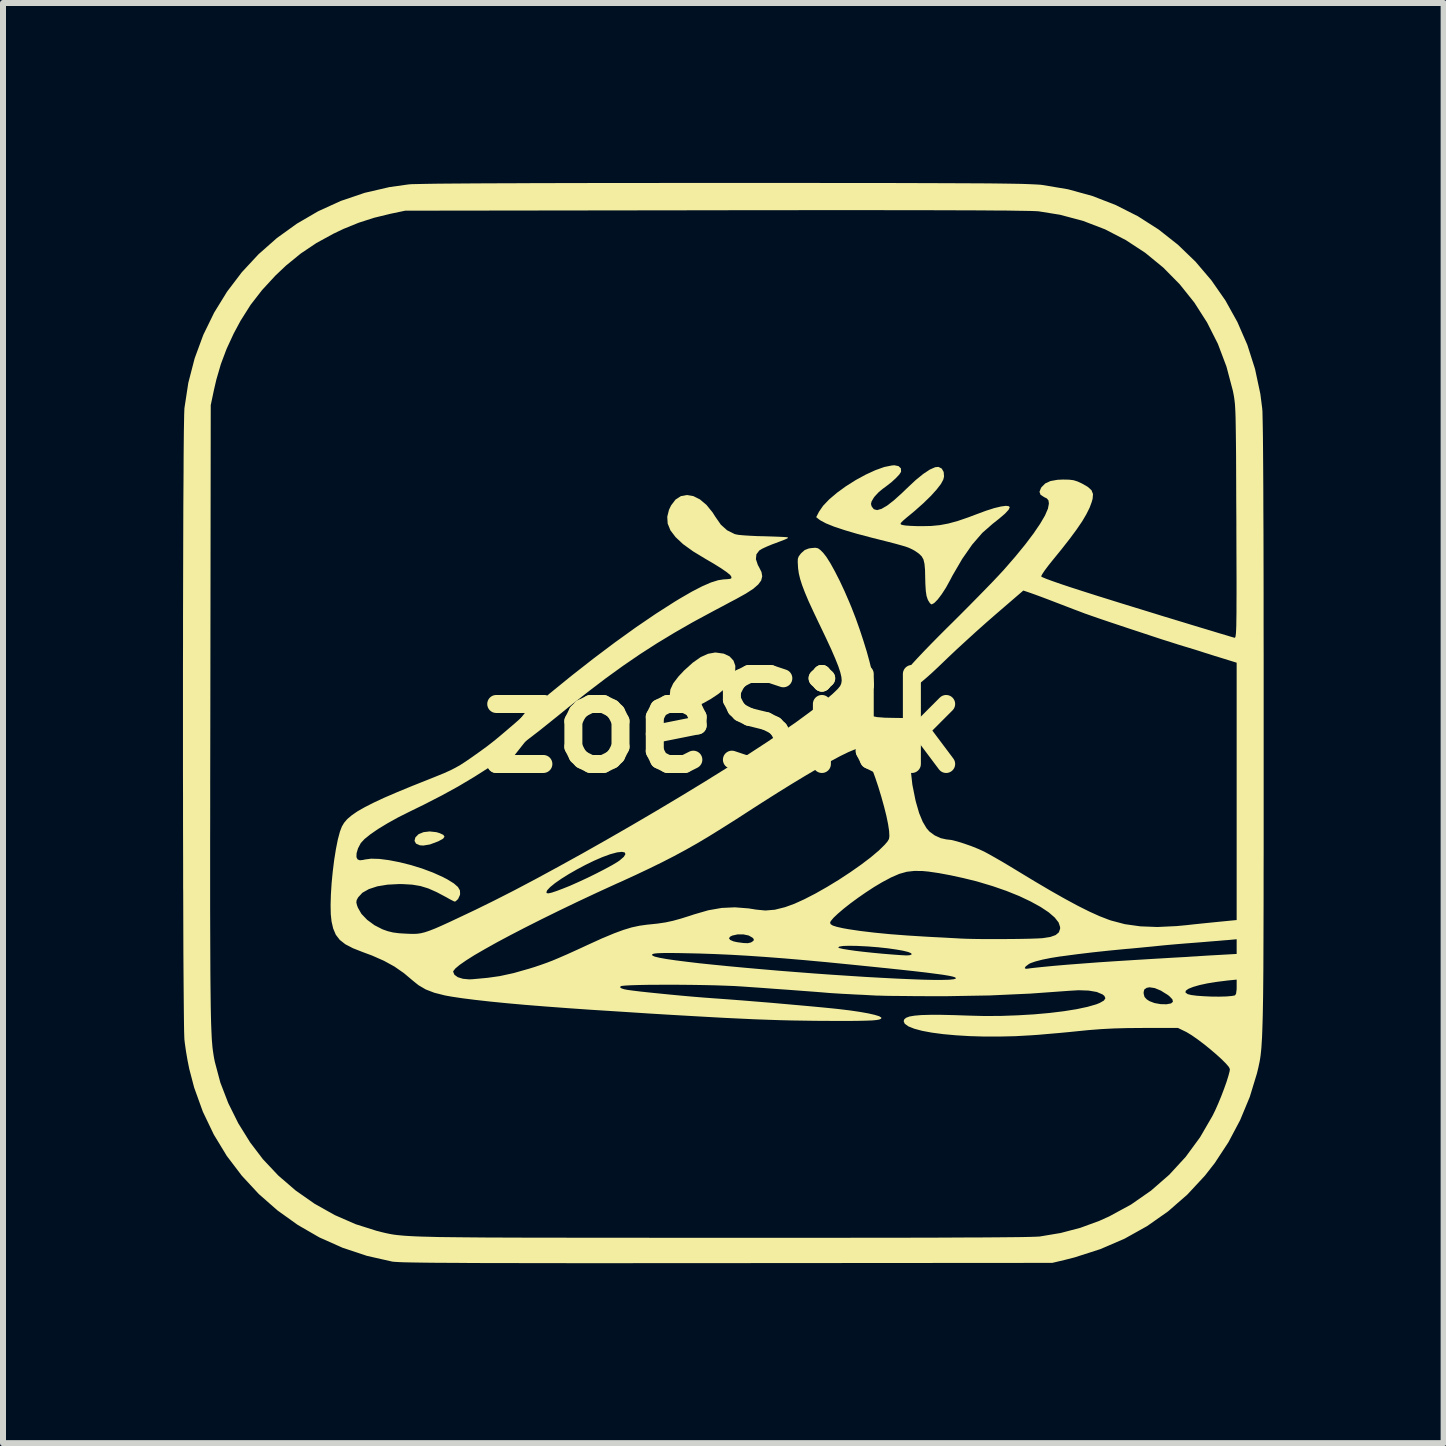
<source format=kicad_pcb>
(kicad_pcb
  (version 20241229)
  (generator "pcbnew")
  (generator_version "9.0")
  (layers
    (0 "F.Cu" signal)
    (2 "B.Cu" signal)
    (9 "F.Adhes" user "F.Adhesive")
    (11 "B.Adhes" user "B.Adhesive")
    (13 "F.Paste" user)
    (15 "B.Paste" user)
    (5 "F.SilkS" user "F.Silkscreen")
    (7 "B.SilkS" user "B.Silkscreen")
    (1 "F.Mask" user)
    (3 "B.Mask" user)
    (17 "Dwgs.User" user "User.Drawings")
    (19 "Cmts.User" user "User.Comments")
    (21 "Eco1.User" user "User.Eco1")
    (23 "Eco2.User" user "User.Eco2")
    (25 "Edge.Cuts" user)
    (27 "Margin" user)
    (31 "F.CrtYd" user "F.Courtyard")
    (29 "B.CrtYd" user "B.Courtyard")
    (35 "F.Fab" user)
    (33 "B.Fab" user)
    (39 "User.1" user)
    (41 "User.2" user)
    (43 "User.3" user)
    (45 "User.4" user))
  (footprint "zoeSilk"
    (layer "F.Cu")
    (at 9.008 9.007)
    (property "Reference" "zoeSilk" (at 0 0 0) (layer "F.SilkS") (effects (font (size 1.5 1.5) (thickness 0.3))))
    (attr board_only exclude_from_pos_files exclude_from_bom)
    (fp_poly (pts (xy -4.784 1.815) (xy -4.73 1.831) (xy -4.668 1.86) (xy -4.648 1.89) (xy -4.671 1.923) (xy -4.739 1.961) (xy -4.755 1.969) (xy -4.891 2.02) (xy -5.001 2.038) (xy -5.059 2.034) (xy -5.123 2.006) (xy -5.148 1.96) (xy -5.134 1.903) (xy -5.081 1.849) (xy -4.998 1.815) (xy -4.896 1.803)) (stroke (width 0) (type solid)) (fill yes) (layer "F.SilkS"))
    (fp_poly (pts (xy 0.006 -1.161) (xy 0.104 -1.115) (xy 0.169 -1.045) (xy 0.2 -0.958) (xy 0.197 -0.857) (xy 0.158 -0.748) (xy 0.081 -0.637) (xy 0.019 -0.572) (xy -0.087 -0.486) (xy -0.209 -0.405) (xy -0.338 -0.333) (xy -0.463 -0.275) (xy -0.574 -0.238) (xy -0.656 -0.225) (xy -0.725 -0.242) (xy -0.797 -0.297) (xy -0.8 -0.3) (xy -0.865 -0.384) (xy -0.893 -0.47) (xy -0.883 -0.563) (xy -0.835 -0.666) (xy -0.747 -0.781) (xy -0.655 -0.879) (xy -0.51 -1.01) (xy -0.378 -1.103) (xy -0.257 -1.158) (xy -0.141 -1.179) (xy -0.123 -1.179)) (stroke (width 0) (type solid)) (fill yes) (layer "F.SilkS"))
    (fp_poly (pts (xy 2.92 -4.287) (xy 2.96 -4.249) (xy 2.963 -4.194) (xy 2.962 -4.191) (xy 2.934 -4.148) (xy 2.877 -4.087) (xy 2.8 -4.017) (xy 2.71 -3.947) (xy 2.659 -3.91) (xy 2.588 -3.851) (xy 2.523 -3.781) (xy 2.506 -3.758) (xy 2.471 -3.698) (xy 2.461 -3.656) (xy 2.472 -3.616) (xy 2.473 -3.614) (xy 2.509 -3.568) (xy 2.563 -3.554) (xy 2.636 -3.574) (xy 2.729 -3.628) (xy 2.844 -3.717) (xy 2.982 -3.842) (xy 3.063 -3.92) (xy 3.206 -4.054) (xy 3.334 -4.158) (xy 3.443 -4.23) (xy 3.532 -4.269) (xy 3.586 -4.274) (xy 3.641 -4.246) (xy 3.673 -4.189) (xy 3.679 -4.113) (xy 3.666 -4.061) (xy 3.627 -3.989) (xy 3.555 -3.896) (xy 3.457 -3.788) (xy 3.336 -3.67) (xy 3.198 -3.547) (xy 3.142 -3.5) (xy 3.052 -3.426) (xy 2.994 -3.376) (xy 2.962 -3.343) (xy 2.953 -3.324) (xy 2.963 -3.313) (xy 2.988 -3.305) (xy 2.988 -3.305) (xy 3.036 -3.297) (xy 3.117 -3.291) (xy 3.218 -3.287) (xy 3.303 -3.286) (xy 3.462 -3.289) (xy 3.608 -3.303) (xy 3.752 -3.33) (xy 3.906 -3.372) (xy 4.081 -3.432) (xy 4.219 -3.484) (xy 4.378 -3.543) (xy 4.516 -3.587) (xy 4.629 -3.614) (xy 4.712 -3.625) (xy 4.761 -3.618) (xy 4.774 -3.599) (xy 4.754 -3.558) (xy 4.696 -3.495) (xy 4.599 -3.412) (xy 4.489 -3.325) (xy 4.317 -3.174) (xy 4.149 -2.98) (xy 3.983 -2.742) (xy 3.819 -2.461) (xy 3.781 -2.388) (xy 3.711 -2.261) (xy 3.64 -2.151) (xy 3.574 -2.064) (xy 3.517 -2.006) (xy 3.474 -1.982) (xy 3.47 -1.982) (xy 3.445 -2) (xy 3.415 -2.047) (xy 3.406 -2.066) (xy 3.387 -2.124) (xy 3.375 -2.205) (xy 3.368 -2.316) (xy 3.365 -2.425) (xy 3.362 -2.56) (xy 3.353 -2.658) (xy 3.336 -2.73) (xy 3.306 -2.783) (xy 3.261 -2.827) (xy 3.203 -2.868) (xy 3.167 -2.889) (xy 3.13 -2.908) (xy 3.088 -2.927) (xy 3.035 -2.946) (xy 2.963 -2.967) (xy 2.869 -2.993) (xy 2.746 -3.025) (xy 2.588 -3.065) (xy 2.476 -3.093) (xy 2.23 -3.158) (xy 2.02 -3.22) (xy 1.846 -3.278) (xy 1.712 -3.332) (xy 1.62 -3.381) (xy 1.596 -3.398) (xy 1.548 -3.436) (xy 1.595 -3.527) (xy 1.663 -3.626) (xy 1.766 -3.734) (xy 1.896 -3.844) (xy 2.046 -3.953) (xy 2.208 -4.055) (xy 2.373 -4.145) (xy 2.534 -4.219) (xy 2.682 -4.272) (xy 2.811 -4.298) (xy 2.851 -4.301)) (stroke (width 0) (type solid)) (fill yes) (layer "F.SilkS"))
    (fp_poly (pts (xy 0.58 -9.007) (xy 1.108 -9.007) (xy 1.595 -9.007) (xy 2.042 -9.006) (xy 2.452 -9.006) (xy 2.825 -9.006) (xy 3.163 -9.005) (xy 3.47 -9.004) (xy 3.745 -9.003) (xy 3.991 -9.002) (xy 4.21 -9.001) (xy 4.404 -9) (xy 4.573 -8.998) (xy 4.721 -8.996) (xy 4.849 -8.994) (xy 4.958 -8.992) (xy 5.051 -8.989) (xy 5.129 -8.986) (xy 5.194 -8.983) (xy 5.247 -8.98) (xy 5.291 -8.977) (xy 5.321 -8.973) (xy 5.745 -8.902) (xy 6.152 -8.79) (xy 6.541 -8.639) (xy 6.909 -8.453) (xy 7.255 -8.232) (xy 7.576 -7.979) (xy 7.87 -7.696) (xy 8.135 -7.385) (xy 8.369 -7.049) (xy 8.569 -6.689) (xy 8.735 -6.308) (xy 8.863 -5.907) (xy 8.952 -5.49) (xy 8.983 -5.247) (xy 8.987 -5.194) (xy 8.989 -5.095) (xy 8.992 -4.951) (xy 8.995 -4.763) (xy 8.997 -4.53) (xy 8.999 -4.252) (xy 9.001 -3.929) (xy 9.002 -3.562) (xy 9.004 -3.149) (xy 9.005 -2.691) (xy 9.006 -2.189) (xy 9.006 -1.642) (xy 9.007 -1.049) (xy 9.007 -0.412) (xy 9.007 0.031) (xy 9.007 0.61) (xy 9.007 1.145) (xy 9.007 1.64) (xy 9.007 2.094) (xy 9.006 2.511) (xy 9.006 2.892) (xy 9.005 3.24) (xy 9.004 3.554) (xy 9.003 3.839) (xy 9.002 4.094) (xy 9 4.323) (xy 8.998 4.528) (xy 8.995 4.708) (xy 8.992 4.868) (xy 8.988 5.008) (xy 8.984 5.131) (xy 8.98 5.237) (xy 8.974 5.33) (xy 8.969 5.411) (xy 8.962 5.481) (xy 8.955 5.543) (xy 8.947 5.598) (xy 8.938 5.648) (xy 8.928 5.695) (xy 8.918 5.741) (xy 8.907 5.787) (xy 8.895 5.836) (xy 8.894 5.84) (xy 8.775 6.23) (xy 8.615 6.615) (xy 8.419 6.985) (xy 8.191 7.332) (xy 8.027 7.542) (xy 7.734 7.857) (xy 7.413 8.137) (xy 7.064 8.382) (xy 6.688 8.592) (xy 6.284 8.766) (xy 5.854 8.904) (xy 5.694 8.945) (xy 5.483 8.995) (xy 0.068 8.999) (xy -0.537 8.999) (xy -1.099 8.999) (xy -1.618 9) (xy -2.097 9) (xy -2.537 9) (xy -2.94 8.999) (xy -3.307 8.999) (xy -3.639 8.998) (xy -3.939 8.998) (xy -4.207 8.997) (xy -4.445 8.995) (xy -4.655 8.994) (xy -4.838 8.993) (xy -4.996 8.991) (xy -5.13 8.989) (xy -5.242 8.987) (xy -5.333 8.985) (xy -5.405 8.982) (xy -5.459 8.979) (xy -5.497 8.976) (xy -5.517 8.974) (xy -5.941 8.878) (xy -6.347 8.743) (xy -6.733 8.571) (xy -7.095 8.362) (xy -7.433 8.12) (xy -7.744 7.847) (xy -8.026 7.543) (xy -8.277 7.213) (xy -8.494 6.856) (xy -8.676 6.476) (xy -8.821 6.074) (xy -8.903 5.762) (xy -8.93 5.628) (xy -8.956 5.479) (xy -8.976 5.339) (xy -8.984 5.272) (xy -8.986 5.223) (xy -8.989 5.131) (xy -8.991 5) (xy -8.993 4.831) (xy -8.995 4.626) (xy -8.997 4.39) (xy -8.999 4.124) (xy -9.001 3.83) (xy -9.002 3.511) (xy -9.003 3.17) (xy -9.004 2.809) (xy -9.005 2.747) (xy -8.555 2.747) (xy -8.555 3.096) (xy -8.554 3.412) (xy -8.553 3.697) (xy -8.552 3.954) (xy -8.551 4.184) (xy -8.549 4.389) (xy -8.547 4.57) (xy -8.545 4.73) (xy -8.542 4.871) (xy -8.539 4.993) (xy -8.535 5.1) (xy -8.531 5.192) (xy -8.527 5.272) (xy -8.521 5.342) (xy -8.516 5.402) (xy -8.509 5.456) (xy -8.502 5.505) (xy -8.495 5.55) (xy -8.487 5.594) (xy -8.478 5.638) (xy -8.476 5.647) (xy -8.385 5.989) (xy -8.253 6.332) (xy -8.086 6.668) (xy -7.888 6.987) (xy -7.676 7.266) (xy -7.419 7.539) (xy -7.129 7.789) (xy -6.813 8.01) (xy -6.478 8.198) (xy -6.13 8.35) (xy -5.776 8.462) (xy -5.764 8.464) (xy -5.716 8.477) (xy -5.672 8.488) (xy -5.629 8.498) (xy -5.587 8.507) (xy -5.542 8.516) (xy -5.494 8.524) (xy -5.44 8.531) (xy -5.379 8.537) (xy -5.309 8.543) (xy -5.227 8.548) (xy -5.133 8.553) (xy -5.024 8.557) (xy -4.899 8.56) (xy -4.755 8.564) (xy -4.591 8.566) (xy -4.405 8.568) (xy -4.195 8.57) (xy -3.959 8.572) (xy -3.696 8.573) (xy -3.404 8.574) (xy -3.08 8.575) (xy -2.724 8.575) (xy -2.332 8.576) (xy -1.904 8.576) (xy -1.438 8.576) (xy -0.931 8.577) (xy -0.382 8.577) (xy -0.044 8.577) (xy 0.615 8.577) (xy 1.23 8.577) (xy 1.8 8.577) (xy 2.326 8.576) (xy 2.808 8.576) (xy 3.246 8.575) (xy 3.641 8.574) (xy 3.992 8.572) (xy 4.3 8.571) (xy 4.566 8.569) (xy 4.789 8.567) (xy 4.97 8.565) (xy 5.109 8.562) (xy 5.207 8.559) (xy 5.262 8.556) (xy 5.27 8.556) (xy 5.622 8.497) (xy 5.95 8.411) (xy 6.269 8.294) (xy 6.435 8.219) (xy 6.797 8.022) (xy 7.13 7.79) (xy 7.434 7.525) (xy 7.707 7.228) (xy 7.947 6.901) (xy 8.153 6.546) (xy 8.197 6.457) (xy 8.247 6.345) (xy 8.298 6.222) (xy 8.346 6.096) (xy 8.388 5.978) (xy 8.42 5.876) (xy 8.44 5.799) (xy 8.444 5.765) (xy 8.427 5.729) (xy 8.379 5.673) (xy 8.307 5.601) (xy 8.218 5.52) (xy 8.117 5.434) (xy 8.011 5.348) (xy 7.907 5.27) (xy 7.81 5.202) (xy 7.728 5.152) (xy 7.707 5.141) (xy 7.577 5.078) (xy 6.992 5.079) (xy 6.735 5.081) (xy 6.51 5.087) (xy 6.301 5.098) (xy 6.094 5.114) (xy 5.933 5.13) (xy 5.765 5.147) (xy 5.585 5.164) (xy 5.409 5.179) (xy 5.251 5.193) (xy 5.134 5.201) (xy 4.868 5.216) (xy 4.605 5.222) (xy 4.35 5.222) (xy 4.105 5.215) (xy 3.876 5.201) (xy 3.666 5.182) (xy 3.477 5.157) (xy 3.315 5.127) (xy 3.184 5.092) (xy 3.086 5.053) (xy 3.025 5.01) (xy 3.006 4.967) (xy 3.016 4.935) (xy 3.047 4.909) (xy 3.103 4.888) (xy 3.186 4.874) (xy 3.3 4.864) (xy 3.447 4.86) (xy 3.63 4.86) (xy 3.852 4.865) (xy 4.087 4.873) (xy 4.359 4.88) (xy 4.637 4.878) (xy 4.912 4.868) (xy 5.181 4.852) (xy 5.438 4.829) (xy 5.675 4.8) (xy 5.888 4.766) (xy 6.071 4.727) (xy 6.217 4.685) (xy 6.274 4.662) (xy 6.344 4.622) (xy 6.369 4.583) (xy 6.351 4.544) (xy 6.32 4.519) (xy 6.232 4.482) (xy 7.006 4.482) (xy 7.007 4.509) (xy 7.021 4.562) (xy 7.059 4.603) (xy 7.104 4.632) (xy 7.188 4.664) (xy 7.29 4.682) (xy 7.389 4.684) (xy 7.463 4.67) (xy 7.495 4.642) (xy 7.485 4.601) (xy 7.434 4.548) (xy 7.407 4.527) (xy 7.342 4.487) (xy 7.703 4.487) (xy 7.737 4.513) (xy 7.74 4.515) (xy 7.801 4.53) (xy 7.894 4.542) (xy 8.011 4.55) (xy 8.138 4.556) (xy 8.266 4.557) (xy 8.382 4.554) (xy 8.475 4.546) (xy 8.529 4.536) (xy 8.547 4.508) (xy 8.556 4.439) (xy 8.557 4.4) (xy 8.557 4.273) (xy 8.405 4.288) (xy 8.229 4.31) (xy 8.072 4.335) (xy 7.938 4.364) (xy 7.831 4.395) (xy 7.753 4.426) (xy 7.709 4.458) (xy 7.703 4.487) (xy 7.342 4.487) (xy 7.295 4.457) (xy 7.191 4.414) (xy 7.105 4.401) (xy 7.057 4.41) (xy 7.017 4.438) (xy 7.006 4.482) (xy 6.232 4.482) (xy 6.225 4.479) (xy 6.091 4.456) (xy 5.923 4.45) (xy 5.771 4.459) (xy 5.12 4.506) (xy 4.44 4.537) (xy 3.744 4.549) (xy 3.558 4.549) (xy 3.361 4.549) (xy 3.171 4.548) (xy 2.994 4.546) (xy 2.837 4.545) (xy 2.706 4.543) (xy 2.608 4.54) (xy 2.556 4.539) (xy 2.458 4.534) (xy 2.333 4.527) (xy 2.198 4.521) (xy 2.094 4.515) (xy 1.975 4.509) (xy 1.863 4.502) (xy 1.769 4.496) (xy 1.711 4.491) (xy 1.651 4.486) (xy 1.552 4.478) (xy 1.419 4.468) (xy 1.257 4.456) (xy 1.073 4.442) (xy 0.873 4.428) (xy 0.661 4.412) (xy 0.443 4.397) (xy 0.315 4.388) (xy 0.186 4.38) (xy 0.033 4.374) (xy -0.139 4.368) (xy -0.324 4.364) (xy -0.517 4.361) (xy -0.712 4.359) (xy -0.905 4.358) (xy -1.089 4.359) (xy -1.259 4.36) (xy -1.41 4.363) (xy -1.536 4.367) (xy -1.632 4.372) (xy -1.693 4.378) (xy -1.713 4.384) (xy -1.72 4.404) (xy -1.693 4.421) (xy -1.651 4.434) (xy -1.6 4.444) (xy -1.511 4.456) (xy -1.39 4.471) (xy -1.242 4.487) (xy -1.075 4.504) (xy -0.894 4.522) (xy -0.705 4.54) (xy -0.515 4.557) (xy -0.331 4.572) (xy -0.157 4.585) (xy -0.045 4.593) (xy 0.118 4.605) (xy 0.314 4.62) (xy 0.534 4.638) (xy 0.768 4.657) (xy 1.007 4.678) (xy 1.243 4.699) (xy 1.466 4.719) (xy 1.668 4.738) (xy 1.838 4.755) (xy 1.914 4.763) (xy 2.106 4.786) (xy 2.275 4.811) (xy 2.416 4.836) (xy 2.525 4.861) (xy 2.599 4.884) (xy 2.633 4.906) (xy 2.635 4.912) (xy 2.627 4.926) (xy 2.603 4.937) (xy 2.558 4.946) (xy 2.489 4.953) (xy 2.391 4.957) (xy 2.263 4.96) (xy 2.098 4.962) (xy 1.895 4.962) (xy 1.734 4.961) (xy 1.534 4.96) (xy 1.338 4.957) (xy 1.142 4.954) (xy 0.942 4.949) (xy 0.734 4.942) (xy 0.515 4.934) (xy 0.281 4.923) (xy 0.029 4.911) (xy -0.246 4.896) (xy -0.545 4.879) (xy -0.875 4.86) (xy -1.237 4.838) (xy -1.636 4.812) (xy -2.075 4.784) (xy -2.218 4.775) (xy -2.601 4.748) (xy -2.964 4.721) (xy -3.302 4.694) (xy -3.614 4.666) (xy -3.895 4.638) (xy -4.144 4.61) (xy -4.356 4.583) (xy -4.529 4.557) (xy -4.64 4.537) (xy -4.818 4.492) (xy -4.961 4.437) (xy -5.082 4.366) (xy -5.174 4.292) (xy -5.326 4.164) (xy -5.358 4.142) (xy -4.504 4.142) (xy -4.483 4.192) (xy -4.426 4.233) (xy -4.342 4.259) (xy -4.239 4.269) (xy -4.188 4.267) (xy -4.111 4.26) (xy -4.013 4.251) (xy -3.929 4.243) (xy -3.729 4.215) (xy -3.495 4.164) (xy -3.235 4.09) (xy -3.141 4.061) (xy -3.041 4.027) (xy -2.945 3.993) (xy -2.846 3.955) (xy -2.737 3.909) (xy -2.627 3.861) (xy -1.188 3.861) (xy -1.18 3.873) (xy -1.142 3.89) (xy -1.063 3.909) (xy -0.946 3.93) (xy -0.795 3.952) (xy -0.613 3.975) (xy -0.404 4) (xy -0.172 4.024) (xy 0.08 4.049) (xy 0.347 4.074) (xy 0.628 4.099) (xy 0.917 4.124) (xy 1.211 4.147) (xy 1.507 4.17) (xy 1.801 4.191) (xy 2.09 4.21) (xy 2.369 4.228) (xy 2.636 4.243) (xy 2.886 4.256) (xy 3.116 4.266) (xy 3.322 4.274) (xy 3.501 4.278) (xy 3.65 4.278) (xy 3.764 4.275) (xy 3.84 4.267) (xy 3.87 4.258) (xy 3.877 4.247) (xy 3.862 4.235) (xy 3.823 4.222) (xy 3.756 4.208) (xy 3.66 4.192) (xy 3.532 4.175) (xy 3.37 4.154) (xy 3.171 4.131) (xy 2.932 4.105) (xy 2.696 4.08) (xy 5.024 4.08) (xy 5.043 4.093) (xy 5.083 4.089) (xy 5.126 4.083) (xy 5.205 4.074) (xy 5.31 4.063) (xy 5.433 4.051) (xy 5.517 4.043) (xy 5.726 4.025) (xy 5.974 4.006) (xy 6.252 3.985) (xy 6.554 3.965) (xy 6.873 3.945) (xy 7.201 3.925) (xy 7.307 3.919) (xy 7.453 3.91) (xy 7.595 3.902) (xy 7.721 3.895) (xy 7.822 3.888) (xy 7.881 3.885) (xy 7.966 3.879) (xy 8.078 3.872) (xy 8.203 3.865) (xy 8.292 3.86) (xy 8.557 3.845) (xy 8.557 3.723) (xy 8.557 3.6) (xy 8.416 3.613) (xy 8.348 3.618) (xy 8.246 3.627) (xy 8.118 3.637) (xy 7.976 3.649) (xy 7.836 3.66) (xy 7.694 3.671) (xy 7.561 3.682) (xy 7.446 3.692) (xy 7.359 3.7) (xy 7.308 3.705) (xy 7.307 3.705) (xy 7.258 3.71) (xy 7.172 3.719) (xy 7.058 3.73) (xy 6.923 3.743) (xy 6.775 3.757) (xy 6.722 3.761) (xy 6.423 3.79) (xy 6.153 3.819) (xy 5.895 3.85) (xy 5.633 3.885) (xy 5.62 3.886) (xy 5.464 3.911) (xy 5.323 3.939) (xy 5.206 3.969) (xy 5.122 3.998) (xy 5.095 4.012) (xy 5.041 4.052) (xy 5.024 4.08) (xy 2.696 4.08) (xy 2.652 4.076) (xy 2.567 4.067) (xy 2.123 4.022) (xy 1.72 3.982) (xy 1.351 3.948) (xy 1.012 3.919) (xy 0.698 3.895) (xy 0.405 3.875) (xy 0.128 3.859) (xy -0.138 3.847) (xy -0.399 3.838) (xy -0.532 3.835) (xy -0.731 3.831) (xy -0.889 3.829) (xy -1.01 3.83) (xy -1.096 3.833) (xy -1.152 3.839) (xy -1.182 3.848) (xy -1.188 3.861) (xy -2.627 3.861) (xy -2.61 3.854) (xy -2.46 3.786) (xy -2.353 3.737) (xy 1.914 3.737) (xy 1.935 3.748) (xy 1.995 3.762) (xy 2.087 3.777) (xy 2.205 3.794) (xy 2.342 3.81) (xy 2.493 3.826) (xy 2.65 3.841) (xy 2.807 3.854) (xy 2.958 3.865) (xy 3.055 3.87) (xy 3.109 3.866) (xy 3.14 3.852) (xy 3.141 3.852) (xy 3.13 3.833) (xy 3.08 3.812) (xy 2.995 3.791) (xy 2.88 3.771) (xy 2.74 3.751) (xy 2.581 3.734) (xy 2.407 3.72) (xy 2.387 3.719) (xy 2.226 3.711) (xy 2.094 3.709) (xy 1.996 3.712) (xy 1.934 3.722) (xy 1.914 3.737) (xy -2.353 3.737) (xy -2.278 3.702) (xy -2.212 3.672) (xy -2.019 3.584) (xy 0.094 3.584) (xy 0.115 3.612) (xy 0.171 3.636) (xy 0.23 3.649) (xy 0.335 3.663) (xy 0.407 3.666) (xy 0.456 3.655) (xy 0.482 3.641) (xy 0.51 3.615) (xy 0.502 3.591) (xy 0.486 3.574) (xy 0.423 3.538) (xy 0.334 3.519) (xy 0.238 3.519) (xy 0.149 3.539) (xy 0.113 3.557) (xy 0.094 3.584) (xy -2.019 3.584) (xy -2.001 3.577) (xy -1.822 3.502) (xy -1.667 3.445) (xy -1.529 3.403) (xy -1.399 3.375) (xy -1.271 3.357) (xy -1.238 3.354) (xy -1.095 3.339) (xy -1.002 3.325) (xy 1.779 3.325) (xy 1.79 3.35) (xy 1.825 3.372) (xy 1.891 3.393) (xy 1.993 3.416) (xy 2.088 3.433) (xy 2.283 3.462) (xy 2.517 3.49) (xy 2.783 3.516) (xy 3.073 3.538) (xy 3.378 3.557) (xy 3.525 3.565) (xy 3.665 3.572) (xy 3.788 3.579) (xy 3.885 3.584) (xy 3.947 3.588) (xy 3.952 3.588) (xy 4.046 3.592) (xy 4.172 3.595) (xy 4.321 3.597) (xy 4.484 3.597) (xy 4.654 3.597) (xy 4.822 3.596) (xy 4.98 3.594) (xy 5.119 3.591) (xy 5.232 3.587) (xy 5.31 3.583) (xy 5.322 3.582) (xy 5.451 3.562) (xy 5.54 3.53) (xy 5.593 3.485) (xy 5.614 3.425) (xy 5.614 3.397) (xy 5.589 3.321) (xy 5.524 3.238) (xy 5.422 3.15) (xy 5.286 3.06) (xy 5.122 2.97) (xy 4.932 2.88) (xy 4.721 2.795) (xy 4.491 2.715) (xy 4.247 2.642) (xy 4.215 2.633) (xy 3.999 2.58) (xy 3.788 2.534) (xy 3.59 2.497) (xy 3.418 2.472) (xy 3.323 2.463) (xy 3.185 2.461) (xy 3.059 2.475) (xy 2.934 2.51) (xy 2.798 2.569) (xy 2.646 2.65) (xy 2.515 2.728) (xy 2.38 2.816) (xy 2.247 2.908) (xy 2.12 3.001) (xy 2.006 3.091) (xy 1.91 3.173) (xy 1.836 3.243) (xy 1.791 3.297) (xy 1.779 3.325) (xy -1.002 3.325) (xy -0.967 3.32) (xy -0.841 3.293) (xy -0.704 3.255) (xy -0.542 3.204) (xy -0.492 3.187) (xy -0.25 3.117) (xy -0.027 3.078) (xy 0.193 3.068) (xy 0.422 3.086) (xy 0.546 3.106) (xy 0.7 3.121) (xy 0.858 3.108) (xy 1.03 3.065) (xy 1.184 3.009) (xy 1.349 2.934) (xy 1.532 2.84) (xy 1.726 2.73) (xy 1.923 2.61) (xy 2.115 2.484) (xy 2.296 2.357) (xy 2.457 2.235) (xy 2.592 2.121) (xy 2.689 2.026) (xy 2.736 1.971) (xy 2.761 1.929) (xy 2.768 1.881) (xy 2.764 1.81) (xy 2.763 1.792) (xy 2.746 1.68) (xy 2.718 1.544) (xy 2.68 1.392) (xy 2.635 1.23) (xy 2.585 1.065) (xy 2.532 0.906) (xy 2.478 0.759) (xy 2.427 0.631) (xy 2.379 0.529) (xy 2.338 0.46) (xy 2.322 0.441) (xy 2.293 0.42) (xy 2.26 0.417) (xy 2.208 0.431) (xy 2.182 0.44) (xy 2.083 0.481) (xy 1.95 0.546) (xy 1.787 0.633) (xy 1.598 0.739) (xy 1.386 0.863) (xy 1.154 1.003) (xy 0.907 1.156) (xy 0.648 1.32) (xy 0.488 1.423) (xy 0.219 1.597) (xy -0.02 1.748) (xy -0.236 1.882) (xy -0.437 2.002) (xy -0.63 2.111) (xy -0.821 2.214) (xy -1.018 2.315) (xy -1.228 2.418) (xy -1.458 2.527) (xy -1.715 2.645) (xy -1.768 2.668) (xy -2.102 2.821) (xy -2.424 2.972) (xy -2.732 3.12) (xy -3.023 3.263) (xy -3.295 3.4) (xy -3.546 3.53) (xy -3.773 3.651) (xy -3.973 3.763) (xy -4.146 3.863) (xy -4.287 3.952) (xy -4.395 4.027) (xy -4.467 4.087) (xy -4.501 4.13) (xy -4.504 4.142) (xy -5.358 4.142) (xy -5.483 4.055) (xy -5.656 3.96) (xy -5.855 3.872) (xy -6.009 3.815) (xy -6.174 3.75) (xy -6.301 3.684) (xy -6.394 3.611) (xy -6.46 3.525) (xy -6.504 3.421) (xy -6.531 3.304) (xy -6.544 3.183) (xy -6.547 3.03) (xy -6.542 2.854) (xy -6.53 2.664) (xy -6.511 2.469) (xy -6.487 2.277) (xy -6.458 2.096) (xy -6.426 1.936) (xy -6.391 1.805) (xy -6.359 1.721) (xy -6.322 1.659) (xy -6.269 1.597) (xy -6.196 1.535) (xy -6.101 1.469) (xy -5.98 1.4) (xy -5.831 1.324) (xy -5.651 1.24) (xy -5.437 1.148) (xy -5.185 1.044) (xy -4.931 0.943) (xy -4.774 0.88) (xy -4.65 0.829) (xy -4.55 0.784) (xy -4.464 0.74) (xy -4.383 0.694) (xy -4.298 0.639) (xy -4.199 0.571) (xy -4.144 0.532) (xy -4.062 0.474) (xy -3.992 0.423) (xy -3.927 0.375) (xy -3.864 0.326) (xy -3.796 0.272) (xy -3.719 0.208) (xy -3.628 0.131) (xy -3.517 0.036) (xy -3.381 -0.082) (xy -3.254 -0.192) (xy -2.898 -0.494) (xy -2.534 -0.79) (xy -2.17 -1.075) (xy -1.81 -1.346) (xy -1.461 -1.597) (xy -1.128 -1.824) (xy -0.817 -2.023) (xy -0.73 -2.076) (xy -0.526 -2.194) (xy -0.352 -2.284) (xy -0.207 -2.347) (xy -0.086 -2.385) (xy 0 -2.398) (xy 0.075 -2.403) (xy 0.115 -2.408) (xy 0.132 -2.417) (xy 0.135 -2.433) (xy 0.135 -2.439) (xy 0.115 -2.471) (xy 0.057 -2.519) (xy -0.036 -2.583) (xy -0.161 -2.661) (xy -0.293 -2.738) (xy -0.503 -2.865) (xy -0.671 -2.986) (xy -0.796 -3.103) (xy -0.882 -3.216) (xy -0.928 -3.329) (xy -0.935 -3.443) (xy -0.906 -3.559) (xy -0.871 -3.632) (xy -0.797 -3.729) (xy -0.707 -3.787) (xy -0.607 -3.805) (xy -0.5 -3.787) (xy -0.39 -3.732) (xy -0.282 -3.641) (xy -0.18 -3.516) (xy -0.133 -3.442) (xy -0.041 -3.31) (xy 0.063 -3.217) (xy 0.185 -3.156) (xy 0.205 -3.15) (xy 0.252 -3.141) (xy 0.336 -3.133) (xy 0.446 -3.126) (xy 0.573 -3.12) (xy 0.673 -3.118) (xy 0.801 -3.114) (xy 0.912 -3.11) (xy 1 -3.106) (xy 1.057 -3.102) (xy 1.075 -3.098) (xy 1.077 -3.09) (xy 1.062 -3.079) (xy 1.026 -3.063) (xy 0.962 -3.038) (xy 0.864 -3.001) (xy 0.817 -2.984) (xy 0.73 -2.948) (xy 0.652 -2.912) (xy 0.6 -2.881) (xy 0.598 -2.879) (xy 0.551 -2.816) (xy 0.543 -2.735) (xy 0.575 -2.639) (xy 0.596 -2.601) (xy 0.636 -2.521) (xy 0.648 -2.45) (xy 0.631 -2.381) (xy 0.582 -2.314) (xy 0.499 -2.242) (xy 0.377 -2.163) (xy 0.221 -2.076) (xy 0.107 -2.016) (xy -0.008 -1.954) (xy -0.111 -1.9) (xy -0.18 -1.863) (xy -0.508 -1.686) (xy -0.813 -1.511) (xy -1.104 -1.335) (xy -1.387 -1.153) (xy -1.669 -0.96) (xy -1.957 -0.752) (xy -2.259 -0.522) (xy -2.581 -0.268) (xy -2.758 -0.124) (xy -3.07 0.126) (xy -3.359 0.348) (xy -3.63 0.548) (xy -3.892 0.728) (xy -4.153 0.894) (xy -4.418 1.052) (xy -4.695 1.204) (xy -4.993 1.357) (xy -5.224 1.47) (xy -5.42 1.568) (xy -5.598 1.667) (xy -5.755 1.762) (xy -5.884 1.851) (xy -5.982 1.93) (xy -6.043 1.996) (xy -6.046 2.001) (xy -6.09 2.085) (xy -6.114 2.166) (xy -6.116 2.232) (xy -6.097 2.269) (xy -6.059 2.284) (xy -5.999 2.277) (xy -5.977 2.271) (xy -5.871 2.257) (xy -5.734 2.261) (xy -5.572 2.282) (xy -5.393 2.317) (xy -5.206 2.364) (xy -5.019 2.422) (xy -4.84 2.489) (xy -4.676 2.563) (xy -4.601 2.602) (xy -4.493 2.669) (xy -4.424 2.729) (xy -4.391 2.786) (xy -4.388 2.847) (xy -4.392 2.865) (xy -4.422 2.93) (xy -4.462 2.967) (xy -4.481 2.972) (xy -4.505 2.961) (xy -4.556 2.935) (xy -4.616 2.901) (xy -4.778 2.815) (xy -4.918 2.753) (xy -5.049 2.713) (xy -5.186 2.69) (xy -5.341 2.681) (xy -5.405 2.68) (xy -5.598 2.69) (xy -5.768 2.718) (xy -5.909 2.764) (xy -6.017 2.825) (xy -6.087 2.901) (xy -6.088 2.902) (xy -6.113 2.949) (xy -6.118 2.987) (xy -6.106 3.036) (xy -6.092 3.074) (xy -6.033 3.177) (xy -5.938 3.276) (xy -5.816 3.366) (xy -5.681 3.435) (xy -5.593 3.466) (xy -5.507 3.487) (xy -5.408 3.5) (xy -5.292 3.507) (xy -5.219 3.51) (xy -5.156 3.511) (xy -5.097 3.508) (xy -5.038 3.499) (xy -4.974 3.483) (xy -4.9 3.458) (xy -4.81 3.423) (xy -4.702 3.376) (xy -4.568 3.315) (xy -4.405 3.238) (xy -4.208 3.145) (xy -4.132 3.109) (xy -3.827 2.959) (xy -3.546 2.816) (xy -2.95 2.816) (xy -2.942 2.832) (xy -2.914 2.835) (xy -2.861 2.823) (xy -2.777 2.795) (xy -2.677 2.757) (xy -2.552 2.707) (xy -2.411 2.644) (xy -2.262 2.575) (xy -2.114 2.502) (xy -1.976 2.431) (xy -1.856 2.366) (xy -1.764 2.311) (xy -1.727 2.285) (xy -1.659 2.226) (xy -1.632 2.181) (xy -1.644 2.153) (xy -1.691 2.143) (xy -1.771 2.152) (xy -1.883 2.182) (xy -1.889 2.184) (xy -2.017 2.231) (xy -2.155 2.291) (xy -2.299 2.361) (xy -2.442 2.437) (xy -2.578 2.515) (xy -2.701 2.592) (xy -2.806 2.665) (xy -2.886 2.73) (xy -2.936 2.783) (xy -2.95 2.816) (xy -3.546 2.816) (xy -3.491 2.788) (xy -3.129 2.597) (xy -2.746 2.389) (xy -2.348 2.169) (xy -1.94 1.938) (xy -1.528 1.701) (xy -1.117 1.46) (xy -0.712 1.218) (xy -0.319 0.979) (xy 0.057 0.745) (xy 0.41 0.521) (xy 0.735 0.309) (xy 1.013 0.12) (xy 1.22 -0.024) (xy 1.407 -0.161) (xy 1.573 -0.286) (xy 1.714 -0.398) (xy 1.826 -0.494) (xy 1.906 -0.571) (xy 1.947 -0.621) (xy 1.965 -0.661) (xy 1.973 -0.71) (xy 1.968 -0.772) (xy 1.949 -0.852) (xy 1.916 -0.952) (xy 1.866 -1.077) (xy 1.8 -1.23) (xy 1.714 -1.415) (xy 1.609 -1.635) (xy 1.598 -1.657) (xy 1.5 -1.864) (xy 1.42 -2.037) (xy 1.359 -2.182) (xy 1.313 -2.303) (xy 1.28 -2.407) (xy 1.258 -2.499) (xy 1.246 -2.585) (xy 1.245 -2.603) (xy 1.24 -2.688) (xy 1.242 -2.742) (xy 1.256 -2.781) (xy 1.284 -2.819) (xy 1.298 -2.836) (xy 1.357 -2.888) (xy 1.424 -2.914) (xy 1.471 -2.921) (xy 1.534 -2.926) (xy 1.578 -2.917) (xy 1.618 -2.888) (xy 1.664 -2.842) (xy 1.718 -2.773) (xy 1.785 -2.667) (xy 1.859 -2.533) (xy 1.939 -2.376) (xy 2.02 -2.203) (xy 2.099 -2.021) (xy 2.134 -1.937) (xy 2.206 -1.752) (xy 2.273 -1.563) (xy 2.335 -1.375) (xy 2.391 -1.194) (xy 2.437 -1.026) (xy 2.474 -0.876) (xy 2.499 -0.751) (xy 2.511 -0.655) (xy 2.508 -0.595) (xy 2.506 -0.59) (xy 2.483 -0.556) (xy 2.437 -0.503) (xy 2.383 -0.449) (xy 2.312 -0.372) (xy 2.279 -0.309) (xy 2.284 -0.253) (xy 2.326 -0.198) (xy 2.33 -0.194) (xy 2.388 -0.152) (xy 2.463 -0.122) (xy 2.562 -0.103) (xy 2.692 -0.093) (xy 2.833 -0.09) (xy 2.982 -0.088) (xy 3.091 -0.081) (xy 3.164 -0.064) (xy 3.205 -0.034) (xy 3.219 0.012) (xy 3.21 0.078) (xy 3.183 0.168) (xy 3.178 0.182) (xy 3.137 0.354) (xy 3.119 0.556) (xy 3.124 0.782) (xy 3.151 1.024) (xy 3.201 1.274) (xy 3.211 1.315) (xy 3.264 1.498) (xy 3.323 1.641) (xy 3.387 1.749) (xy 3.437 1.806) (xy 3.523 1.869) (xy 3.624 1.915) (xy 3.718 1.936) (xy 3.73 1.937) (xy 3.799 1.945) (xy 3.896 1.969) (xy 4.012 2.005) (xy 4.135 2.048) (xy 4.254 2.096) (xy 4.346 2.138) (xy 4.422 2.179) (xy 4.525 2.237) (xy 4.647 2.307) (xy 4.776 2.384) (xy 4.875 2.444) (xy 5.182 2.63) (xy 5.455 2.791) (xy 5.697 2.928) (xy 5.912 3.044) (xy 6.102 3.139) (xy 6.27 3.215) (xy 6.42 3.273) (xy 6.463 3.288) (xy 6.694 3.349) (xy 6.951 3.385) (xy 7.236 3.396) (xy 7.553 3.381) (xy 7.712 3.366) (xy 7.858 3.35) (xy 8.022 3.333) (xy 8.181 3.317) (xy 8.281 3.307) (xy 8.557 3.28) (xy 8.557 1.135) (xy 8.557 -1.01) (xy 8.292 -1.092) (xy 8.184 -1.125) (xy 8.088 -1.156) (xy 8.013 -1.179) (xy 7.971 -1.193) (xy 7.927 -1.207) (xy 7.851 -1.231) (xy 7.755 -1.26) (xy 7.679 -1.283) (xy 7.587 -1.311) (xy 7.462 -1.351) (xy 7.31 -1.399) (xy 7.14 -1.455) (xy 6.959 -1.515) (xy 6.773 -1.576) (xy 6.591 -1.637) (xy 6.42 -1.694) (xy 6.267 -1.746) (xy 6.14 -1.79) (xy 6.046 -1.823) (xy 6.023 -1.831) (xy 5.945 -1.861) (xy 5.836 -1.902) (xy 5.711 -1.95) (xy 5.581 -2) (xy 5.539 -2.016) (xy 5.417 -2.063) (xy 5.3 -2.107) (xy 5.2 -2.144) (xy 5.127 -2.17) (xy 5.107 -2.177) (xy 5.001 -2.213) (xy 4.533 -1.81) (xy 4.382 -1.678) (xy 4.217 -1.531) (xy 4.049 -1.378) (xy 3.889 -1.231) (xy 3.747 -1.097) (xy 3.689 -1.041) (xy 3.574 -0.931) (xy 3.467 -0.831) (xy 3.373 -0.748) (xy 3.298 -0.685) (xy 3.246 -0.648) (xy 3.234 -0.641) (xy 3.131 -0.611) (xy 3.056 -0.615) (xy 3.01 -0.65) (xy 2.996 -0.712) (xy 3.017 -0.799) (xy 3.064 -0.891) (xy 3.095 -0.931) (xy 3.155 -0.998) (xy 3.239 -1.089) (xy 3.343 -1.199) (xy 3.464 -1.324) (xy 3.598 -1.46) (xy 3.741 -1.603) (xy 3.783 -1.644) (xy 3.936 -1.796) (xy 4.089 -1.95) (xy 4.237 -2.1) (xy 4.375 -2.241) (xy 4.496 -2.366) (xy 4.596 -2.472) (xy 4.67 -2.552) (xy 4.674 -2.556) (xy 4.866 -2.777) (xy 5.032 -2.98) (xy 5.171 -3.164) (xy 5.281 -3.326) (xy 5.362 -3.464) (xy 5.411 -3.578) (xy 5.427 -3.662) (xy 5.42 -3.715) (xy 5.393 -3.748) (xy 5.348 -3.77) (xy 5.288 -3.809) (xy 5.27 -3.858) (xy 5.295 -3.922) (xy 5.304 -3.936) (xy 5.366 -3.998) (xy 5.453 -4.038) (xy 5.571 -4.059) (xy 5.663 -4.063) (xy 5.763 -4.061) (xy 5.837 -4.052) (xy 5.904 -4.031) (xy 5.978 -3.997) (xy 6.077 -3.94) (xy 6.137 -3.885) (xy 6.162 -3.822) (xy 6.156 -3.744) (xy 6.141 -3.689) (xy 6.105 -3.592) (xy 6.052 -3.486) (xy 5.982 -3.367) (xy 5.89 -3.232) (xy 5.775 -3.076) (xy 5.634 -2.896) (xy 5.489 -2.718) (xy 5.417 -2.628) (xy 5.358 -2.549) (xy 5.317 -2.488) (xy 5.299 -2.453) (xy 5.299 -2.447) (xy 5.323 -2.433) (xy 5.388 -2.406) (xy 5.492 -2.368) (xy 5.63 -2.32) (xy 5.801 -2.263) (xy 6.003 -2.198) (xy 6.232 -2.125) (xy 6.486 -2.046) (xy 6.62 -2.004) (xy 6.844 -1.935) (xy 7.033 -1.877) (xy 7.192 -1.828) (xy 7.33 -1.785) (xy 7.453 -1.748) (xy 7.568 -1.713) (xy 7.683 -1.678) (xy 7.804 -1.641) (xy 7.939 -1.6) (xy 7.983 -1.587) (xy 8.126 -1.544) (xy 8.257 -1.504) (xy 8.369 -1.471) (xy 8.454 -1.445) (xy 8.506 -1.43) (xy 8.518 -1.426) (xy 8.525 -1.426) (xy 8.532 -1.431) (xy 8.537 -1.443) (xy 8.541 -1.467) (xy 8.545 -1.503) (xy 8.548 -1.557) (xy 8.551 -1.629) (xy 8.552 -1.723) (xy 8.554 -1.841) (xy 8.554 -1.987) (xy 8.555 -2.163) (xy 8.555 -2.372) (xy 8.554 -2.616) (xy 8.553 -2.899) (xy 8.552 -3.223) (xy 8.552 -3.359) (xy 8.55 -3.7) (xy 8.549 -3.998) (xy 8.548 -4.258) (xy 8.547 -4.483) (xy 8.545 -4.675) (xy 8.543 -4.838) (xy 8.541 -4.975) (xy 8.539 -5.088) (xy 8.536 -5.182) (xy 8.532 -5.26) (xy 8.528 -5.323) (xy 8.522 -5.377) (xy 8.516 -5.423) (xy 8.509 -5.465) (xy 8.501 -5.507) (xy 8.493 -5.546) (xy 8.387 -5.946) (xy 8.244 -6.325) (xy 8.064 -6.681) (xy 7.851 -7.014) (xy 7.607 -7.319) (xy 7.334 -7.596) (xy 7.034 -7.842) (xy 6.709 -8.055) (xy 6.363 -8.234) (xy 5.996 -8.375) (xy 5.612 -8.477) (xy 5.258 -8.534) (xy 5.214 -8.537) (xy 5.139 -8.54) (xy 5.033 -8.542) (xy 4.893 -8.544) (xy 4.72 -8.547) (xy 4.513 -8.548) (xy 4.27 -8.55) (xy 3.99 -8.551) (xy 3.674 -8.552) (xy 3.319 -8.553) (xy 2.925 -8.553) (xy 2.492 -8.554) (xy 2.017 -8.554) (xy 1.501 -8.554) (xy 0.943 -8.553) (xy 0.341 -8.553) (xy -0.135 -8.552) (xy -5.303 -8.545) (xy -5.546 -8.494) (xy -5.825 -8.426) (xy -6.079 -8.344) (xy -6.33 -8.242) (xy -6.496 -8.163) (xy -6.785 -8.005) (xy -7.044 -7.831) (xy -7.288 -7.632) (xy -7.465 -7.465) (xy -7.689 -7.222) (xy -7.88 -6.976) (xy -8.048 -6.71) (xy -8.163 -6.496) (xy -8.282 -6.238) (xy -8.376 -5.988) (xy -8.452 -5.727) (xy -8.494 -5.546) (xy -8.545 -5.303) (xy -8.552 -0.124) (xy -8.553 0.457) (xy -8.554 0.994) (xy -8.554 1.49) (xy -8.555 1.946) (xy -8.555 2.365) (xy -8.555 2.747) (xy -9.005 2.747) (xy -9.005 2.431) (xy -9.006 2.039) (xy -9.007 1.634) (xy -9.007 1.219) (xy -9.008 0.797) (xy -9.008 0.371) (xy -9.008 -0.058) (xy -9.008 -0.486) (xy -9.008 -0.911) (xy -9.007 -1.331) (xy -9.007 -1.743) (xy -9.006 -2.144) (xy -9.005 -2.532) (xy -9.004 -2.905) (xy -9.003 -3.26) (xy -9.002 -3.594) (xy -9 -3.904) (xy -8.998 -4.19) (xy -8.997 -4.447) (xy -8.995 -4.673) (xy -8.993 -4.866) (xy -8.99 -5.024) (xy -8.988 -5.143) (xy -8.985 -5.221) (xy -8.984 -5.25) (xy -8.919 -5.675) (xy -8.813 -6.084) (xy -8.669 -6.475) (xy -8.488 -6.846) (xy -8.273 -7.195) (xy -8.026 -7.52) (xy -7.748 -7.819) (xy -7.442 -8.089) (xy -7.11 -8.328) (xy -6.755 -8.535) (xy -6.378 -8.707) (xy -5.981 -8.842) (xy -5.567 -8.938) (xy -5.247 -8.983) (xy -5.193 -8.987) (xy -5.095 -8.989) (xy -4.951 -8.992) (xy -4.762 -8.995) (xy -4.529 -8.997) (xy -4.251 -8.999) (xy -3.927 -9.001) (xy -3.559 -9.002) (xy -3.146 -9.004) (xy -2.688 -9.005) (xy -2.185 -9.006) (xy -1.637 -9.006) (xy -1.044 -9.007) (xy -0.406 -9.007) (xy 0.008 -9.007)) (stroke (width 0) (type solid)) (fill yes) (layer "F.SilkS")))
  (gr_rect
    (start -3 -3)
    (end 21.015 21.007)
    (stroke (width 0.1) (type default))
    (fill no)
    (layer "Edge.Cuts")))
</source>
